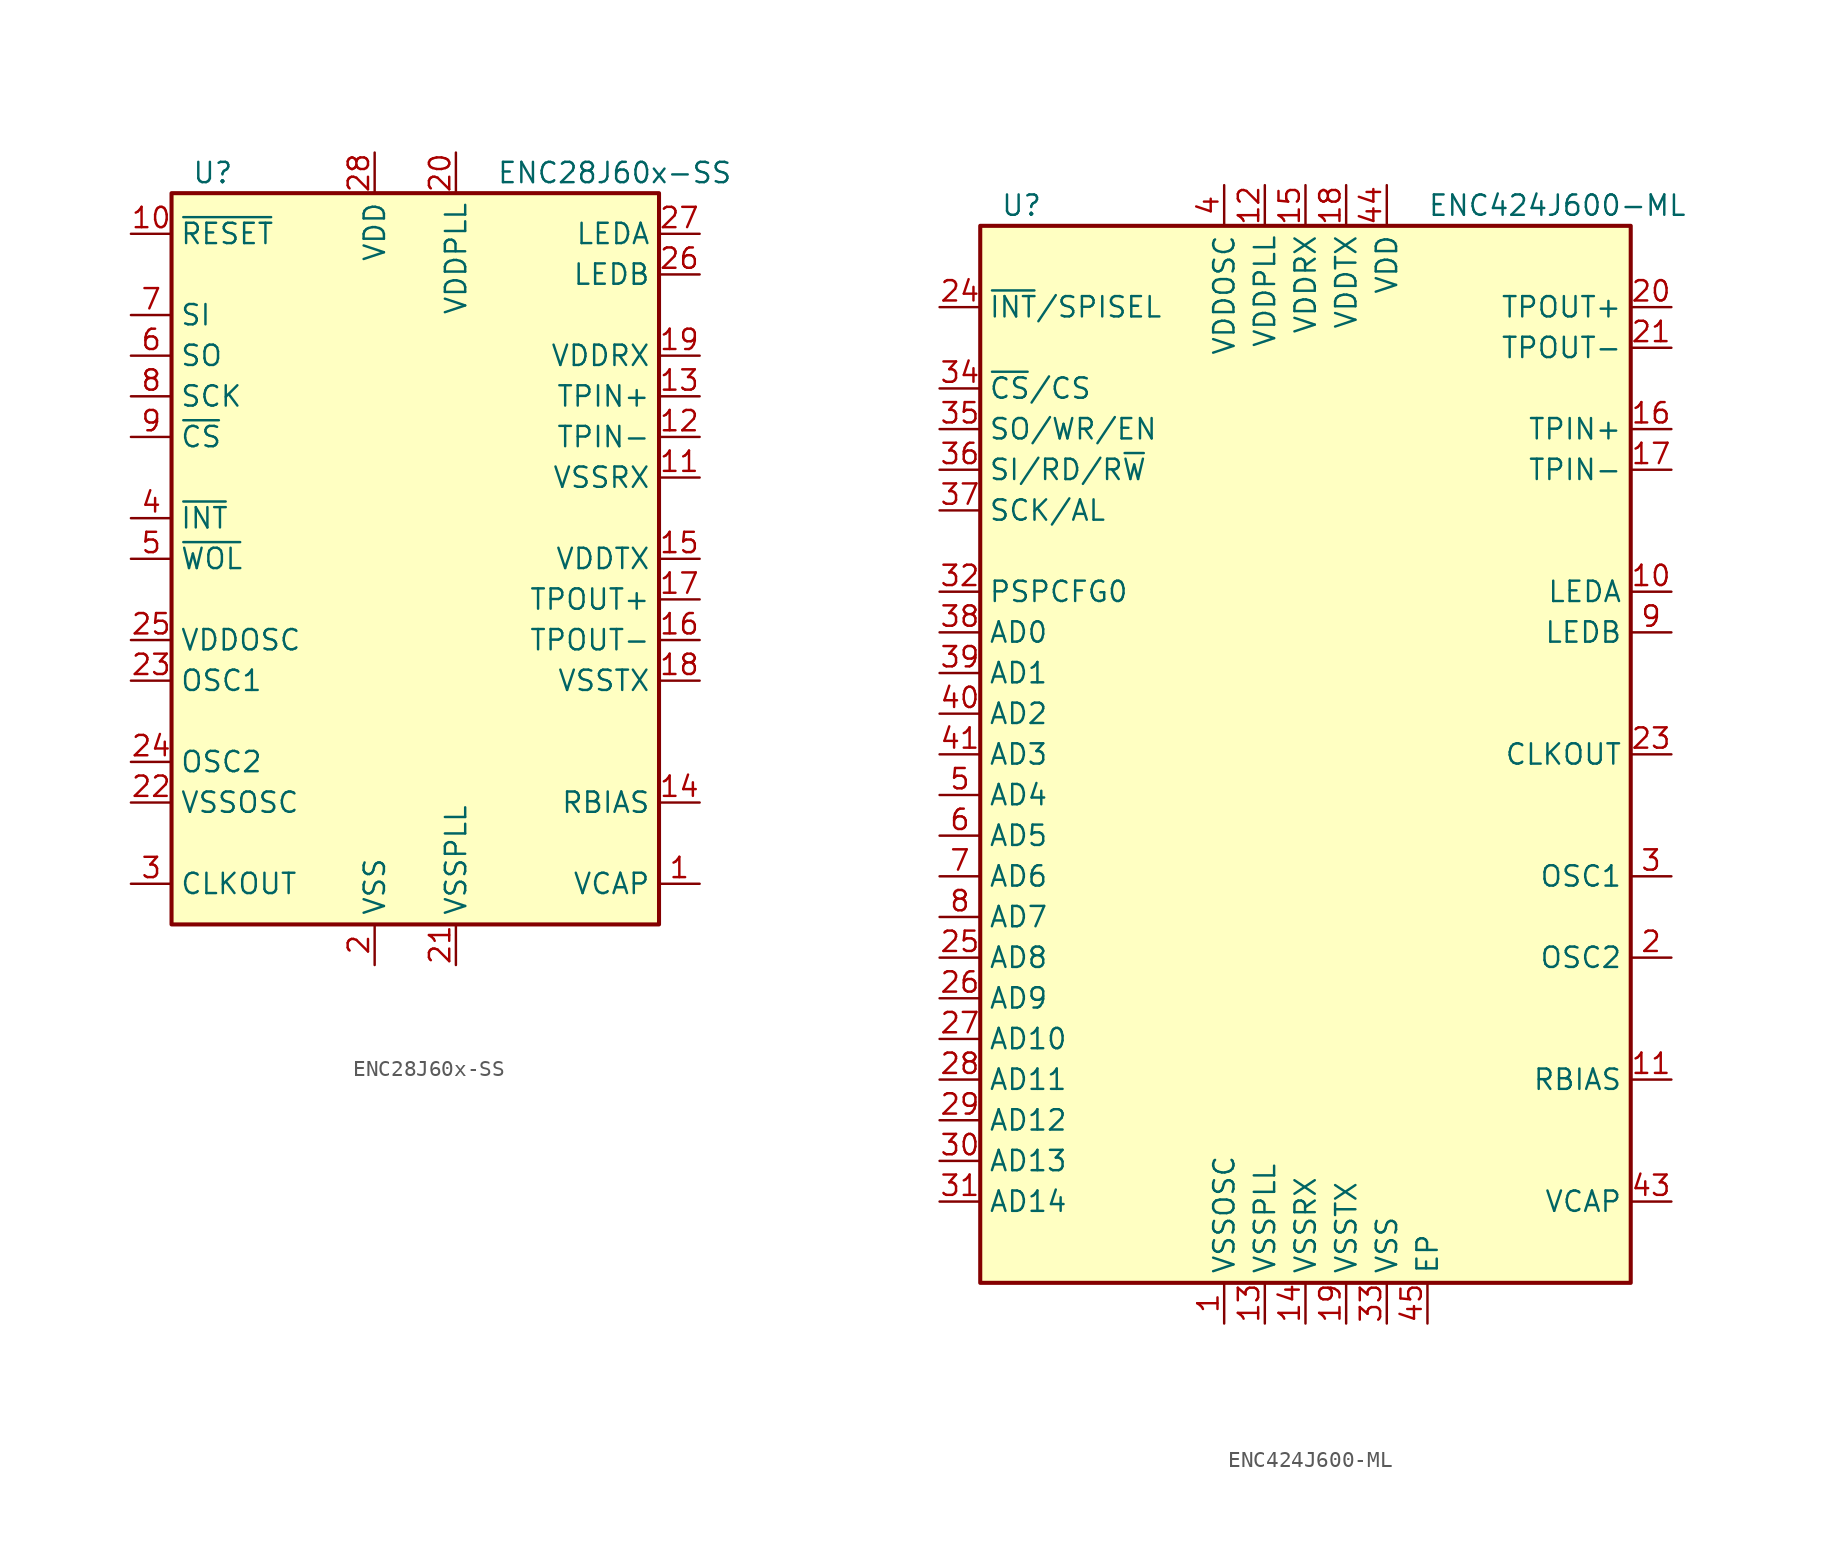
<source format=kicad_sym>
(kicad_symbol_lib
  (version 20211014)
  (generator kicad_symbol_editor)
  (symbol "ENC28J60x-SS"
    (property "Reference" "U"
      (at -13.97 24.13 0)
      (effects (font (size 1.27 1.27)) (justify left)))
    (property "Value" "ENC28J60x-SS"
      (at 5.08 24.13 0)
      (effects (font (size 1.27 1.27)) (justify left)))
    (symbol "ENC28J60x-SS_0_1"
      (rectangle (start -15.24 22.86) (end 15.24 -22.86) (stroke (width 0.254) (type default) (color 0 0 0 0)) (fill (type background))))
    (symbol "ENC28J60x-SS_1_1"
      (pin input line (at 17.78 -20.32 180) (length 2.54) (name "VCAP" (effects (font (size 1.27 1.27)))) (number "1" (effects (font (size 1.27 1.27)))))
      (pin input line (at -17.78 20.32 0) (length 2.54) (name "~{RESET}" (effects (font (size 1.27 1.27)))) (number "10" (effects (font (size 1.27 1.27)))))
      (pin power_in line (at 17.78 5.08 180) (length 2.54) (name "VSSRX" (effects (font (size 1.27 1.27)))) (number "11" (effects (font (size 1.27 1.27)))))
      (pin input line (at 17.78 7.62 180) (length 2.54) (name "TPIN-" (effects (font (size 1.27 1.27)))) (number "12" (effects (font (size 1.27 1.27)))))
      (pin input line (at 17.78 10.16 180) (length 2.54) (name "TPIN+" (effects (font (size 1.27 1.27)))) (number "13" (effects (font (size 1.27 1.27)))))
      (pin input line (at 17.78 -15.24 180) (length 2.54) (name "RBIAS" (effects (font (size 1.27 1.27)))) (number "14" (effects (font (size 1.27 1.27)))))
      (pin power_in line (at 17.78 0 180) (length 2.54) (name "VDDTX" (effects (font (size 1.27 1.27)))) (number "15" (effects (font (size 1.27 1.27)))))
      (pin output line (at 17.78 -5.08 180) (length 2.54) (name "TPOUT-" (effects (font (size 1.27 1.27)))) (number "16" (effects (font (size 1.27 1.27)))))
      (pin output line (at 17.78 -2.54 180) (length 2.54) (name "TPOUT+" (effects (font (size 1.27 1.27)))) (number "17" (effects (font (size 1.27 1.27)))))
      (pin power_in line (at 17.78 -7.62 180) (length 2.54) (name "VSSTX" (effects (font (size 1.27 1.27)))) (number "18" (effects (font (size 1.27 1.27)))))
      (pin power_in line (at 17.78 12.7 180) (length 2.54) (name "VDDRX" (effects (font (size 1.27 1.27)))) (number "19" (effects (font (size 1.27 1.27)))))
      (pin power_in line (at -2.54 -25.4 90) (length 2.54) (name "VSS" (effects (font (size 1.27 1.27)))) (number "2" (effects (font (size 1.27 1.27)))))
      (pin power_in line (at 2.54 25.4 270) (length 2.54) (name "VDDPLL" (effects (font (size 1.27 1.27)))) (number "20" (effects (font (size 1.27 1.27)))))
      (pin power_in line (at 2.54 -25.4 90) (length 2.54) (name "VSSPLL" (effects (font (size 1.27 1.27)))) (number "21" (effects (font (size 1.27 1.27)))))
      (pin power_in line (at -17.78 -15.24 0) (length 2.54) (name "VSSOSC" (effects (font (size 1.27 1.27)))) (number "22" (effects (font (size 1.27 1.27)))))
      (pin input line (at -17.78 -7.62 0) (length 2.54) (name "OSC1" (effects (font (size 1.27 1.27)))) (number "23" (effects (font (size 1.27 1.27)))))
      (pin input line (at -17.78 -12.7 0) (length 2.54) (name "OSC2" (effects (font (size 1.27 1.27)))) (number "24" (effects (font (size 1.27 1.27)))))
      (pin power_in line (at -17.78 -5.08 0) (length 2.54) (name "VDDOSC" (effects (font (size 1.27 1.27)))) (number "25" (effects (font (size 1.27 1.27)))))
      (pin output line (at 17.78 17.78 180) (length 2.54) (name "LEDB" (effects (font (size 1.27 1.27)))) (number "26" (effects (font (size 1.27 1.27)))))
      (pin output line (at 17.78 20.32 180) (length 2.54) (name "LEDA" (effects (font (size 1.27 1.27)))) (number "27" (effects (font (size 1.27 1.27)))))
      (pin power_in line (at -2.54 25.4 270) (length 2.54) (name "VDD" (effects (font (size 1.27 1.27)))) (number "28" (effects (font (size 1.27 1.27)))))
      (pin output line (at -17.78 -20.32 0) (length 2.54) (name "CLKOUT" (effects (font (size 1.27 1.27)))) (number "3" (effects (font (size 1.27 1.27)))))
      (pin output line (at -17.78 2.54 0) (length 2.54) (name "~{INT}" (effects (font (size 1.27 1.27)))) (number "4" (effects (font (size 1.27 1.27)))))
      (pin output line (at -17.78 0 0) (length 2.54) (name "~{WOL}" (effects (font (size 1.27 1.27)))) (number "5" (effects (font (size 1.27 1.27)))))
      (pin output line (at -17.78 12.7 0) (length 2.54) (name "SO" (effects (font (size 1.27 1.27)))) (number "6" (effects (font (size 1.27 1.27)))))
      (pin input line (at -17.78 15.24 0) (length 2.54) (name "SI" (effects (font (size 1.27 1.27)))) (number "7" (effects (font (size 1.27 1.27)))))
      (pin input line (at -17.78 10.16 0) (length 2.54) (name "SCK" (effects (font (size 1.27 1.27)))) (number "8" (effects (font (size 1.27 1.27)))))
      (pin input line (at -17.78 7.62 0) (length 2.54) (name "~{CS}" (effects (font (size 1.27 1.27)))) (number "9" (effects (font (size 1.27 1.27)))))))
  (symbol "ENC424J600-ML"
    (property "Reference" "U"
      (at -19.05 34.29 0)
      (effects (font (size 1.27 1.27)) (justify left)))
    (property "Value" "ENC424J600-ML"
      (at 7.62 34.29 0)
      (effects (font (size 1.27 1.27)) (justify left)))
    (symbol "ENC424J600-ML_0_1"
      (rectangle (start -20.32 33.02) (end 20.32 -33.02) (stroke (width 0.254) (type default) (color 0 0 0 0)) (fill (type background))))
    (symbol "ENC424J600-ML_1_1"
      (pin power_in line (at -5.08 -35.56 90) (length 2.54) (name "VSSOSC" (effects (font (size 1.27 1.27)))) (number "1" (effects (font (size 1.27 1.27)))))
      (pin output line (at 22.86 10.16 180) (length 2.54) (name "LEDA" (effects (font (size 1.27 1.27)))) (number "10" (effects (font (size 1.27 1.27)))))
      (pin input line (at 22.86 -20.32 180) (length 2.54) (name "RBIAS" (effects (font (size 1.27 1.27)))) (number "11" (effects (font (size 1.27 1.27)))))
      (pin power_in line (at -2.54 35.56 270) (length 2.54) (name "VDDPLL" (effects (font (size 1.27 1.27)))) (number "12" (effects (font (size 1.27 1.27)))))
      (pin power_in line (at -2.54 -35.56 90) (length 2.54) (name "VSSPLL" (effects (font (size 1.27 1.27)))) (number "13" (effects (font (size 1.27 1.27)))))
      (pin power_in line (at 0 -35.56 90) (length 2.54) (name "VSSRX" (effects (font (size 1.27 1.27)))) (number "14" (effects (font (size 1.27 1.27)))))
      (pin power_in line (at 0 35.56 270) (length 2.54) (name "VDDRX" (effects (font (size 1.27 1.27)))) (number "15" (effects (font (size 1.27 1.27)))))
      (pin input line (at 22.86 20.32 180) (length 2.54) (name "TPIN+" (effects (font (size 1.27 1.27)))) (number "16" (effects (font (size 1.27 1.27)))))
      (pin input line (at 22.86 17.78 180) (length 2.54) (name "TPIN-" (effects (font (size 1.27 1.27)))) (number "17" (effects (font (size 1.27 1.27)))))
      (pin power_in line (at 2.54 35.56 270) (length 2.54) (name "VDDTX" (effects (font (size 1.27 1.27)))) (number "18" (effects (font (size 1.27 1.27)))))
      (pin power_in line (at 2.54 -35.56 90) (length 2.54) (name "VSSTX" (effects (font (size 1.27 1.27)))) (number "19" (effects (font (size 1.27 1.27)))))
      (pin output line (at 22.86 -12.7 180) (length 2.54) (name "OSC2" (effects (font (size 1.27 1.27)))) (number "2" (effects (font (size 1.27 1.27)))))
      (pin output line (at 22.86 27.94 180) (length 2.54) (name "TPOUT+" (effects (font (size 1.27 1.27)))) (number "20" (effects (font (size 1.27 1.27)))))
      (pin output line (at 22.86 25.4 180) (length 2.54) (name "TPOUT-" (effects (font (size 1.27 1.27)))) (number "21" (effects (font (size 1.27 1.27)))))
      (pin passive line (at 2.54 -35.56 90) (length 2.54) hide (name "VSSTX" (effects (font (size 1.27 1.27)))) (number "22" (effects (font (size 1.27 1.27)))))
      (pin output line (at 22.86 0 180) (length 2.54) (name "CLKOUT" (effects (font (size 1.27 1.27)))) (number "23" (effects (font (size 1.27 1.27)))))
      (pin bidirectional line (at -22.86 27.94 0) (length 2.54) (name "~{INT}/SPISEL" (effects (font (size 1.27 1.27)))) (number "24" (effects (font (size 1.27 1.27)))))
      (pin bidirectional line (at -22.86 -12.7 0) (length 2.54) (name "AD8" (effects (font (size 1.27 1.27)))) (number "25" (effects (font (size 1.27 1.27)))))
      (pin bidirectional line (at -22.86 -15.24 0) (length 2.54) (name "AD9" (effects (font (size 1.27 1.27)))) (number "26" (effects (font (size 1.27 1.27)))))
      (pin bidirectional line (at -22.86 -17.78 0) (length 2.54) (name "AD10" (effects (font (size 1.27 1.27)))) (number "27" (effects (font (size 1.27 1.27)))))
      (pin bidirectional line (at -22.86 -20.32 0) (length 2.54) (name "AD11" (effects (font (size 1.27 1.27)))) (number "28" (effects (font (size 1.27 1.27)))))
      (pin bidirectional line (at -22.86 -22.86 0) (length 2.54) (name "AD12" (effects (font (size 1.27 1.27)))) (number "29" (effects (font (size 1.27 1.27)))))
      (pin input line (at 22.86 -7.62 180) (length 2.54) (name "OSC1" (effects (font (size 1.27 1.27)))) (number "3" (effects (font (size 1.27 1.27)))))
      (pin bidirectional line (at -22.86 -25.4 0) (length 2.54) (name "AD13" (effects (font (size 1.27 1.27)))) (number "30" (effects (font (size 1.27 1.27)))))
      (pin bidirectional line (at -22.86 -27.94 0) (length 2.54) (name "AD14" (effects (font (size 1.27 1.27)))) (number "31" (effects (font (size 1.27 1.27)))))
      (pin input line (at -22.86 10.16 0) (length 2.54) (name "PSPCFG0" (effects (font (size 1.27 1.27)))) (number "32" (effects (font (size 1.27 1.27)))))
      (pin power_in line (at 5.08 -35.56 90) (length 2.54) (name "VSS" (effects (font (size 1.27 1.27)))) (number "33" (effects (font (size 1.27 1.27)))))
      (pin input line (at -22.86 22.86 0) (length 2.54) (name "~{CS}/CS" (effects (font (size 1.27 1.27)))) (number "34" (effects (font (size 1.27 1.27)))))
      (pin bidirectional line (at -22.86 20.32 0) (length 2.54) (name "SO/WR/EN" (effects (font (size 1.27 1.27)))) (number "35" (effects (font (size 1.27 1.27)))))
      (pin input line (at -22.86 17.78 0) (length 2.54) (name "SI/RD/R~{W}" (effects (font (size 1.27 1.27)))) (number "36" (effects (font (size 1.27 1.27)))))
      (pin input line (at -22.86 15.24 0) (length 2.54) (name "SCK/AL" (effects (font (size 1.27 1.27)))) (number "37" (effects (font (size 1.27 1.27)))))
      (pin bidirectional line (at -22.86 7.62 0) (length 2.54) (name "AD0" (effects (font (size 1.27 1.27)))) (number "38" (effects (font (size 1.27 1.27)))))
      (pin input line (at -22.86 5.08 0) (length 2.54) (name "AD1" (effects (font (size 1.27 1.27)))) (number "39" (effects (font (size 1.27 1.27)))))
      (pin power_in line (at -5.08 35.56 270) (length 2.54) (name "VDDOSC" (effects (font (size 1.27 1.27)))) (number "4" (effects (font (size 1.27 1.27)))))
      (pin bidirectional line (at -22.86 2.54 0) (length 2.54) (name "AD2" (effects (font (size 1.27 1.27)))) (number "40" (effects (font (size 1.27 1.27)))))
      (pin bidirectional line (at -22.86 0 0) (length 2.54) (name "AD3" (effects (font (size 1.27 1.27)))) (number "41" (effects (font (size 1.27 1.27)))))
      (pin passive line (at 5.08 -35.56 90) (length 2.54) hide (name "VSS" (effects (font (size 1.27 1.27)))) (number "42" (effects (font (size 1.27 1.27)))))
      (pin input line (at 22.86 -27.94 180) (length 2.54) (name "VCAP" (effects (font (size 1.27 1.27)))) (number "43" (effects (font (size 1.27 1.27)))))
      (pin power_in line (at 5.08 35.56 270) (length 2.54) (name "VDD" (effects (font (size 1.27 1.27)))) (number "44" (effects (font (size 1.27 1.27)))))
      (pin power_in line (at 7.62 -35.56 90) (length 2.54) (name "EP" (effects (font (size 1.27 1.27)))) (number "45" (effects (font (size 1.27 1.27)))))
      (pin bidirectional line (at -22.86 -2.54 0) (length 2.54) (name "AD4" (effects (font (size 1.27 1.27)))) (number "5" (effects (font (size 1.27 1.27)))))
      (pin bidirectional line (at -22.86 -5.08 0) (length 2.54) (name "AD5" (effects (font (size 1.27 1.27)))) (number "6" (effects (font (size 1.27 1.27)))))
      (pin bidirectional line (at -22.86 -7.62 0) (length 2.54) (name "AD6" (effects (font (size 1.27 1.27)))) (number "7" (effects (font (size 1.27 1.27)))))
      (pin bidirectional line (at -22.86 -10.16 0) (length 2.54) (name "AD7" (effects (font (size 1.27 1.27)))) (number "8" (effects (font (size 1.27 1.27)))))
      (pin output line (at 22.86 7.62 180) (length 2.54) (name "LEDB" (effects (font (size 1.27 1.27)))) (number "9" (effects (font (size 1.27 1.27))))))))
</source>
